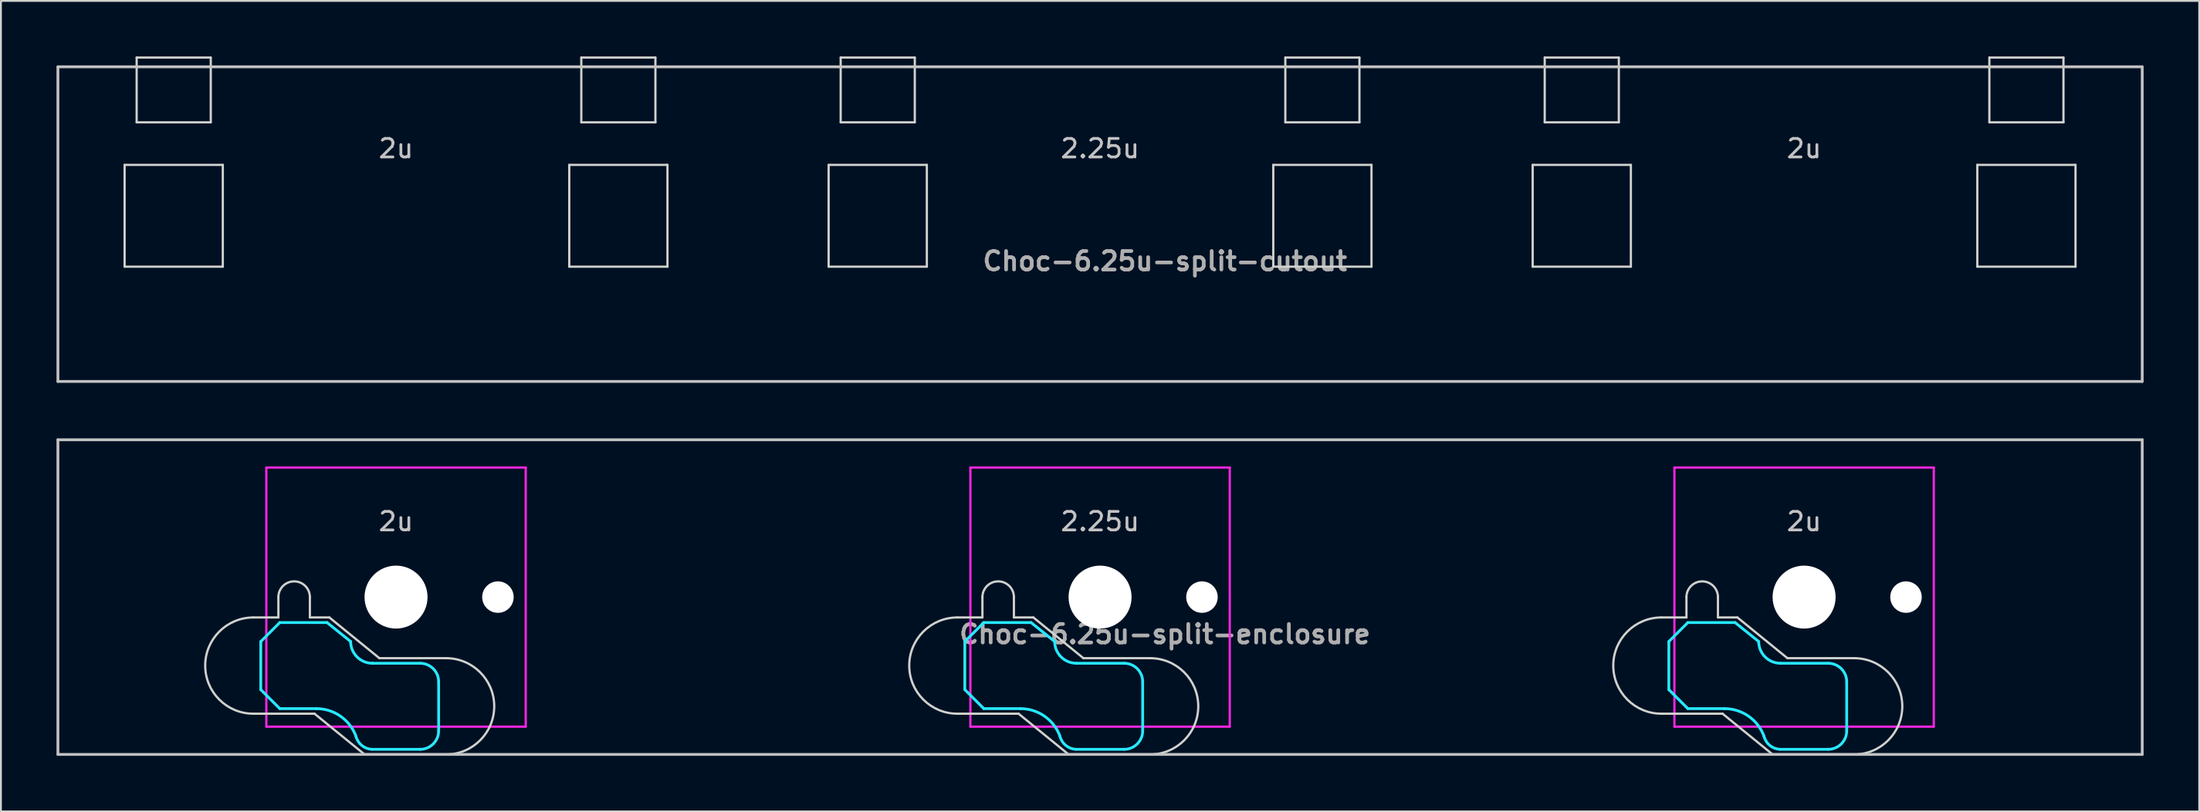
<source format=kicad_pcb>
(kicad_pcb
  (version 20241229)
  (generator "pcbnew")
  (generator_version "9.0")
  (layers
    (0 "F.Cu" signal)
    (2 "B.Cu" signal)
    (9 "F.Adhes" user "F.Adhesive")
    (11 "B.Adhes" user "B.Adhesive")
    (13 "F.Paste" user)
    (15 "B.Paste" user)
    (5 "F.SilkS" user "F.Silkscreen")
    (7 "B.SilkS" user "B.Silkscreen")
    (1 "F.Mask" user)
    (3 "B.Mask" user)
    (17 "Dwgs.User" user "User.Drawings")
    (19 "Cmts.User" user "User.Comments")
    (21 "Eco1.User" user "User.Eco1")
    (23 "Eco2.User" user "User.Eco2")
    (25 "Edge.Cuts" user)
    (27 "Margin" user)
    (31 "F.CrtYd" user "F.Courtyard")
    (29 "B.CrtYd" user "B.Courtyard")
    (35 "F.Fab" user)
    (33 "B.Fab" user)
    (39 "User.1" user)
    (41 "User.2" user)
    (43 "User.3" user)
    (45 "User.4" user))
  (footprint "Choc-6.25u-split-enclosure"
    (layer "F.Cu")
    (at 56.326 29.212)
    (property "Reference" "Choc-6.25u-split-enclosure" (at 3.5 2 180) (layer "F.Fab") (effects (font (size 1 1) (thickness 0.2))))
    (attr smd)
    (fp_line (start -56.25 -8.5) (end 56.25 -8.5) (stroke (width 0.152) (type solid)) (layer "Dwgs.User"))
    (fp_line (start -56.25 8.5) (end -56.25 -8.5) (stroke (width 0.152) (type solid)) (layer "Dwgs.User"))
    (fp_line (start 56.25 -8.5) (end 56.25 8.5) (stroke (width 0.152) (type solid)) (layer "Dwgs.User"))
    (fp_line (start 56.25 8.5) (end -56.25 8.5) (stroke (width 0.152) (type solid)) (layer "Dwgs.User"))
    (fp_line (start -44.35 0) (end -44.35 1.1) (stroke (width 0.12) (type solid)) (layer "Edge.Cuts"))
    (fp_line (start -44.35 1.1) (end -45.7 1.1) (stroke (width 0.12) (type solid)) (layer "Edge.Cuts"))
    (fp_line (start -42.65 0) (end -42.65 1.1) (stroke (width 0.12) (type solid)) (layer "Edge.Cuts"))
    (fp_line (start -42.65 1.1) (end -41.6 1.1) (stroke (width 0.12) (type solid)) (layer "Edge.Cuts"))
    (fp_line (start -42.4 6.3) (end -45.7 6.3) (stroke (width 0.12) (type solid)) (layer "Edge.Cuts"))
    (fp_line (start -39.7 8.5) (end -42.4 6.3) (stroke (width 0.12) (type solid)) (layer "Edge.Cuts"))
    (fp_line (start -39.7 8.5) (end -35.3 8.5) (stroke (width 0.12) (type solid)) (layer "Edge.Cuts"))
    (fp_line (start -38.9 3.3) (end -41.6 1.1) (stroke (width 0.12) (type solid)) (layer "Edge.Cuts"))
    (fp_line (start -38.9 3.3) (end -35.3 3.3) (stroke (width 0.12) (type solid)) (layer "Edge.Cuts"))
    (fp_line (start -6.35 0) (end -6.35 1.1) (stroke (width 0.12) (type solid)) (layer "Edge.Cuts"))
    (fp_line (start -6.35 1.1) (end -7.7 1.1) (stroke (width 0.12) (type solid)) (layer "Edge.Cuts"))
    (fp_line (start -4.65 0) (end -4.65 1.1) (stroke (width 0.12) (type solid)) (layer "Edge.Cuts"))
    (fp_line (start -4.65 1.1) (end -3.6 1.1) (stroke (width 0.12) (type solid)) (layer "Edge.Cuts"))
    (fp_line (start -4.4 6.3) (end -7.7 6.3) (stroke (width 0.12) (type solid)) (layer "Edge.Cuts"))
    (fp_line (start -1.7 8.5) (end -4.4 6.3) (stroke (width 0.12) (type solid)) (layer "Edge.Cuts"))
    (fp_line (start -1.7 8.5) (end 2.7 8.5) (stroke (width 0.12) (type solid)) (layer "Edge.Cuts"))
    (fp_line (start -0.9 3.3) (end -3.6 1.1) (stroke (width 0.12) (type solid)) (layer "Edge.Cuts"))
    (fp_line (start -0.9 3.3) (end 2.7 3.3) (stroke (width 0.12) (type solid)) (layer "Edge.Cuts"))
    (fp_line (start 31.65 0) (end 31.65 1.1) (stroke (width 0.12) (type solid)) (layer "Edge.Cuts"))
    (fp_line (start 31.65 1.1) (end 30.3 1.1) (stroke (width 0.12) (type solid)) (layer "Edge.Cuts"))
    (fp_line (start 33.35 0) (end 33.35 1.1) (stroke (width 0.12) (type solid)) (layer "Edge.Cuts"))
    (fp_line (start 33.35 1.1) (end 34.4 1.1) (stroke (width 0.12) (type solid)) (layer "Edge.Cuts"))
    (fp_line (start 33.6 6.3) (end 30.3 6.3) (stroke (width 0.12) (type solid)) (layer "Edge.Cuts"))
    (fp_line (start 36.3 8.5) (end 33.6 6.3) (stroke (width 0.12) (type solid)) (layer "Edge.Cuts"))
    (fp_line (start 36.3 8.5) (end 40.7 8.5) (stroke (width 0.12) (type solid)) (layer "Edge.Cuts"))
    (fp_line (start 37.1 3.3) (end 34.4 1.1) (stroke (width 0.12) (type solid)) (layer "Edge.Cuts"))
    (fp_line (start 37.1 3.3) (end 40.7 3.3) (stroke (width 0.12) (type solid)) (layer "Edge.Cuts"))
    (fp_arc (start -45.7 6.3) (mid -48.3 3.7) (end -45.7 1.1) (stroke (width 0.12) (type solid)) (layer "Edge.Cuts"))
    (fp_arc (start -44.35 0) (mid -43.5 -0.85) (end -42.65 0) (stroke (width 0.12) (type solid)) (layer "Edge.Cuts"))
    (fp_arc (start -35.3 3.3) (mid -32.7 5.9) (end -35.3 8.5) (stroke (width 0.12) (type solid)) (layer "Edge.Cuts"))
    (fp_arc (start -7.7 6.3) (mid -10.3 3.7) (end -7.7 1.1) (stroke (width 0.12) (type solid)) (layer "Edge.Cuts"))
    (fp_arc (start -6.35 0) (mid -5.5 -0.85) (end -4.65 0) (stroke (width 0.12) (type solid)) (layer "Edge.Cuts"))
    (fp_arc (start 2.7 3.3) (mid 5.3 5.9) (end 2.7 8.5) (stroke (width 0.12) (type solid)) (layer "Edge.Cuts"))
    (fp_arc (start 30.3 6.3) (mid 27.7 3.7) (end 30.3 1.1) (stroke (width 0.12) (type solid)) (layer "Edge.Cuts"))
    (fp_arc (start 31.65 0) (mid 32.5 -0.85) (end 33.35 0) (stroke (width 0.12) (type solid)) (layer "Edge.Cuts"))
    (fp_arc (start 40.7 3.3) (mid 43.3 5.9) (end 40.7 8.5) (stroke (width 0.12) (type solid)) (layer "Edge.Cuts"))
    (fp_line (start -45.3 2.4) (end -45.3 5) (stroke (width 0.15) (type solid)) (layer "B.CrtYd"))
    (fp_line (start -45.3 2.4) (end -44.275 1.375) (stroke (width 0.15) (type solid)) (layer "B.CrtYd"))
    (fp_line (start -45.3 5) (end -44.275 6.025) (stroke (width 0.15) (type solid)) (layer "B.CrtYd"))
    (fp_line (start -42.3 6.025) (end -44.275 6.025) (stroke (width 0.15) (type solid)) (layer "B.CrtYd"))
    (fp_line (start -41.725 1.375) (end -44.275 1.375) (stroke (width 0.15) (type solid)) (layer "B.CrtYd"))
    (fp_line (start -41.725 1.375) (end -40.45 2.4) (stroke (width 0.15) (type solid)) (layer "B.CrtYd"))
    (fp_line (start -36.7 3.575) (end -39.275 3.575) (stroke (width 0.15) (type solid)) (layer "B.CrtYd"))
    (fp_line (start -36.7 8.225) (end -39.3 8.225) (stroke (width 0.15) (type solid)) (layer "B.CrtYd"))
    (fp_line (start -35.7 4.575) (end -35.7 7.225) (stroke (width 0.15) (type solid)) (layer "B.CrtYd"))
    (fp_line (start -7.3 2.4) (end -7.3 5) (stroke (width 0.15) (type solid)) (layer "B.CrtYd"))
    (fp_line (start -7.3 2.4) (end -6.275 1.375) (stroke (width 0.15) (type solid)) (layer "B.CrtYd"))
    (fp_line (start -7.3 5) (end -6.275 6.025) (stroke (width 0.15) (type solid)) (layer "B.CrtYd"))
    (fp_line (start -4.3 6.025) (end -6.275 6.025) (stroke (width 0.15) (type solid)) (layer "B.CrtYd"))
    (fp_line (start -3.725 1.375) (end -6.275 1.375) (stroke (width 0.15) (type solid)) (layer "B.CrtYd"))
    (fp_line (start -3.725 1.375) (end -2.45 2.4) (stroke (width 0.15) (type solid)) (layer "B.CrtYd"))
    (fp_line (start 1.3 3.575) (end -1.275 3.575) (stroke (width 0.15) (type solid)) (layer "B.CrtYd"))
    (fp_line (start 1.3 8.225) (end -1.3 8.225) (stroke (width 0.15) (type solid)) (layer "B.CrtYd"))
    (fp_line (start 2.3 4.575) (end 2.3 7.225) (stroke (width 0.15) (type solid)) (layer "B.CrtYd"))
    (fp_line (start 30.7 2.4) (end 30.7 5) (stroke (width 0.15) (type solid)) (layer "B.CrtYd"))
    (fp_line (start 30.7 2.4) (end 31.725 1.375) (stroke (width 0.15) (type solid)) (layer "B.CrtYd"))
    (fp_line (start 30.7 5) (end 31.725 6.025) (stroke (width 0.15) (type solid)) (layer "B.CrtYd"))
    (fp_line (start 33.7 6.025) (end 31.725 6.025) (stroke (width 0.15) (type solid)) (layer "B.CrtYd"))
    (fp_line (start 34.275 1.375) (end 31.725 1.375) (stroke (width 0.15) (type solid)) (layer "B.CrtYd"))
    (fp_line (start 34.275 1.375) (end 35.55 2.4) (stroke (width 0.15) (type solid)) (layer "B.CrtYd"))
    (fp_line (start 39.3 3.575) (end 36.725 3.575) (stroke (width 0.15) (type solid)) (layer "B.CrtYd"))
    (fp_line (start 39.3 8.225) (end 36.7 8.225) (stroke (width 0.15) (type solid)) (layer "B.CrtYd"))
    (fp_line (start 40.3 4.575) (end 40.3 7.225) (stroke (width 0.15) (type solid)) (layer "B.CrtYd"))
    (fp_arc (start -42.3 6.025) (mid -40.995114 6.436429) (end -40.162199 7.521904) (stroke (width 0.15) (type solid)) (layer "B.CrtYd"))
    (fp_arc (start -39.300995 8.223791) (mid -39.848285 8.016022) (end -40.162199 7.521904) (stroke (width 0.15) (type solid)) (layer "B.CrtYd"))
    (fp_arc (start -39.275 3.575) (mid -40.10585 3.23085) (end -40.45 2.4) (stroke (width 0.15) (type solid)) (layer "B.CrtYd"))
    (fp_arc (start -36.7 3.575) (mid -35.992893 3.867893) (end -35.7 4.575) (stroke (width 0.15) (type solid)) (layer "B.CrtYd"))
    (fp_arc (start -35.7 7.225) (mid -35.992893 7.932107) (end -36.7 8.225) (stroke (width 0.15) (type solid)) (layer "B.CrtYd"))
    (fp_arc (start -4.3 6.025) (mid -2.995114 6.436429) (end -2.162199 7.521904) (stroke (width 0.15) (type solid)) (layer "B.CrtYd"))
    (fp_arc (start -1.300995 8.223791) (mid -1.848285 8.016022) (end -2.162199 7.521904) (stroke (width 0.15) (type solid)) (layer "B.CrtYd"))
    (fp_arc (start -1.275 3.575) (mid -2.10585 3.23085) (end -2.45 2.4) (stroke (width 0.15) (type solid)) (layer "B.CrtYd"))
    (fp_arc (start 1.3 3.575) (mid 2.007107 3.867893) (end 2.3 4.575) (stroke (width 0.15) (type solid)) (layer "B.CrtYd"))
    (fp_arc (start 2.3 7.225) (mid 2.007107 7.932107) (end 1.3 8.225) (stroke (width 0.15) (type solid)) (layer "B.CrtYd"))
    (fp_arc (start 33.7 6.025) (mid 35.004886 6.436429) (end 35.837801 7.521904) (stroke (width 0.15) (type solid)) (layer "B.CrtYd"))
    (fp_arc (start 36.699005 8.223791) (mid 36.151715 8.016022) (end 35.837801 7.521904) (stroke (width 0.15) (type solid)) (layer "B.CrtYd"))
    (fp_arc (start 36.725 3.575) (mid 35.89415 3.23085) (end 35.55 2.4) (stroke (width 0.15) (type solid)) (layer "B.CrtYd"))
    (fp_arc (start 39.3 3.575) (mid 40.007107 3.867893) (end 40.3 4.575) (stroke (width 0.15) (type solid)) (layer "B.CrtYd"))
    (fp_arc (start 40.3 7.225) (mid 40.007107 7.932107) (end 39.3 8.225) (stroke (width 0.15) (type solid)) (layer "B.CrtYd"))
    (fp_line (start -45 -7) (end -45 7) (stroke (width 0.12) (type solid)) (layer "F.CrtYd"))
    (fp_line (start -45 7) (end -31 7) (stroke (width 0.12) (type solid)) (layer "F.CrtYd"))
    (fp_line (start -31 -7) (end -45 -7) (stroke (width 0.12) (type solid)) (layer "F.CrtYd"))
    (fp_line (start -31 7) (end -31 -7) (stroke (width 0.12) (type solid)) (layer "F.CrtYd"))
    (fp_line (start -7 -7) (end -7 7) (stroke (width 0.12) (type solid)) (layer "F.CrtYd"))
    (fp_line (start -7 7) (end 7 7) (stroke (width 0.12) (type solid)) (layer "F.CrtYd"))
    (fp_line (start 7 -7) (end -7 -7) (stroke (width 0.12) (type solid)) (layer "F.CrtYd"))
    (fp_line (start 7 7) (end 7 -7) (stroke (width 0.12) (type solid)) (layer "F.CrtYd"))
    (fp_line (start 31 -7) (end 31 7) (stroke (width 0.12) (type solid)) (layer "F.CrtYd"))
    (fp_line (start 31 7) (end 45 7) (stroke (width 0.12) (type solid)) (layer "F.CrtYd"))
    (fp_line (start 45 -7) (end 31 -7) (stroke (width 0.12) (type solid)) (layer "F.CrtYd"))
    (fp_line (start 45 7) (end 45 -7) (stroke (width 0.12) (type solid)) (layer "F.CrtYd"))
    (fp_text user "2u" (at 38 -3.5 0) (unlocked yes) (layer "Dwgs.User") (effects (font (size 1 1) (thickness 0.15)) (justify bottom)))
    (fp_text user "2u" (at -38 -3.5 0) (unlocked yes) (layer "Dwgs.User") (effects (font (size 1 1) (thickness 0.15)) (justify bottom)))
    (fp_text user "2.25u" (at 0 -3.5 0) (unlocked yes) (layer "Dwgs.User") (effects (font (size 1 1) (thickness 0.15)) (justify bottom)))
    (pad "" np_thru_hole circle (at -38 0 90) (size 3.4 3.4) (drill 3.4) (layers "*.Cu" "*.Mask"))
    (pad "" np_thru_hole circle (at -32.5 0 180) (size 1.7 1.7) (drill 1.7) (layers "*.Cu" "*.Mask"))
    (pad "" np_thru_hole circle (at 0 0 90) (size 3.4 3.4) (drill 3.4) (layers "*.Cu" "*.Mask"))
    (pad "" np_thru_hole circle (at 5.5 0 180) (size 1.7 1.7) (drill 1.7) (layers "*.Cu" "*.Mask"))
    (pad "" np_thru_hole circle (at 38 0 90) (size 3.4 3.4) (drill 3.4) (layers "*.Cu" "*.Mask"))
    (pad "" np_thru_hole circle (at 43.5 0 180) (size 1.7 1.7) (drill 1.7) (layers "*.Cu" "*.Mask")))
  (footprint "Choc-6.25u-split-cutout"
    (layer "F.Cu")
    (at 56.326 9.06)
    (property "Reference" "Choc-6.25u-split-cutout" (at 3.5 2 180) (layer "F.Fab") (effects (font (size 1 1) (thickness 0.2))))
    (attr through_hole)
    (fp_line (start -56.25 -8.5) (end 56.25 -8.5) (stroke (width 0.152) (type solid)) (layer "Dwgs.User"))
    (fp_line (start -56.25 8.5) (end -56.25 -8.5) (stroke (width 0.152) (type solid)) (layer "Dwgs.User"))
    (fp_line (start 56.25 -8.5) (end 56.25 8.5) (stroke (width 0.152) (type solid)) (layer "Dwgs.User"))
    (fp_line (start 56.25 8.5) (end -56.25 8.5) (stroke (width 0.152) (type solid)) (layer "Dwgs.User"))
    (fp_line (start -52.65 -3.2) (end -52.65 2.3) (stroke (width 0.12) (type solid)) (layer "Edge.Cuts"))
    (fp_line (start -52.65 -3.2) (end -47.35 -3.2) (stroke (width 0.12) (type solid)) (layer "Edge.Cuts"))
    (fp_line (start -52.65 2.3) (end -47.35 2.3) (stroke (width 0.12) (type solid)) (layer "Edge.Cuts"))
    (fp_line (start -52 -9) (end -52 -5.5) (stroke (width 0.12) (type solid)) (layer "Edge.Cuts"))
    (fp_line (start -52 -9) (end -48 -9) (stroke (width 0.12) (type solid)) (layer "Edge.Cuts"))
    (fp_line (start -52 -5.5) (end -48 -5.5) (stroke (width 0.12) (type solid)) (layer "Edge.Cuts"))
    (fp_line (start -48 -5.5) (end -48 -9) (stroke (width 0.12) (type solid)) (layer "Edge.Cuts"))
    (fp_line (start -47.35 2.3) (end -47.35 -3.2) (stroke (width 0.12) (type solid)) (layer "Edge.Cuts"))
    (fp_line (start -28.65 -3.2) (end -28.65 2.3) (stroke (width 0.12) (type solid)) (layer "Edge.Cuts"))
    (fp_line (start -28.65 -3.2) (end -23.35 -3.2) (stroke (width 0.12) (type solid)) (layer "Edge.Cuts"))
    (fp_line (start -28.65 2.3) (end -23.35 2.3) (stroke (width 0.12) (type solid)) (layer "Edge.Cuts"))
    (fp_line (start -28 -9) (end -28 -5.5) (stroke (width 0.12) (type solid)) (layer "Edge.Cuts"))
    (fp_line (start -28 -9) (end -24 -9) (stroke (width 0.12) (type solid)) (layer "Edge.Cuts"))
    (fp_line (start -28 -5.5) (end -24 -5.5) (stroke (width 0.12) (type solid)) (layer "Edge.Cuts"))
    (fp_line (start -24 -5.5) (end -24 -9) (stroke (width 0.12) (type solid)) (layer "Edge.Cuts"))
    (fp_line (start -23.35 2.3) (end -23.35 -3.2) (stroke (width 0.12) (type solid)) (layer "Edge.Cuts"))
    (fp_line (start -14.65 -3.2) (end -14.65 2.3) (stroke (width 0.12) (type solid)) (layer "Edge.Cuts"))
    (fp_line (start -14.65 -3.2) (end -9.35 -3.2) (stroke (width 0.12) (type solid)) (layer "Edge.Cuts"))
    (fp_line (start -14.65 2.3) (end -9.35 2.3) (stroke (width 0.12) (type solid)) (layer "Edge.Cuts"))
    (fp_line (start -14 -9) (end -14 -5.5) (stroke (width 0.12) (type solid)) (layer "Edge.Cuts"))
    (fp_line (start -14 -9) (end -10 -9) (stroke (width 0.12) (type solid)) (layer "Edge.Cuts"))
    (fp_line (start -14 -5.5) (end -10 -5.5) (stroke (width 0.12) (type solid)) (layer "Edge.Cuts"))
    (fp_line (start -10 -5.5) (end -10 -9) (stroke (width 0.12) (type solid)) (layer "Edge.Cuts"))
    (fp_line (start -9.35 2.3) (end -9.35 -3.2) (stroke (width 0.12) (type solid)) (layer "Edge.Cuts"))
    (fp_line (start 9.35 -3.2) (end 9.35 2.3) (stroke (width 0.12) (type solid)) (layer "Edge.Cuts"))
    (fp_line (start 9.35 -3.2) (end 14.65 -3.2) (stroke (width 0.12) (type solid)) (layer "Edge.Cuts"))
    (fp_line (start 9.35 2.3) (end 14.65 2.3) (stroke (width 0.12) (type solid)) (layer "Edge.Cuts"))
    (fp_line (start 10 -9) (end 10 -5.5) (stroke (width 0.12) (type solid)) (layer "Edge.Cuts"))
    (fp_line (start 10 -9) (end 14 -9) (stroke (width 0.12) (type solid)) (layer "Edge.Cuts"))
    (fp_line (start 10 -5.5) (end 14 -5.5) (stroke (width 0.12) (type solid)) (layer "Edge.Cuts"))
    (fp_line (start 14 -5.5) (end 14 -9) (stroke (width 0.12) (type solid)) (layer "Edge.Cuts"))
    (fp_line (start 14.65 2.3) (end 14.65 -3.2) (stroke (width 0.12) (type solid)) (layer "Edge.Cuts"))
    (fp_line (start 23.35 -3.2) (end 23.35 2.3) (stroke (width 0.12) (type solid)) (layer "Edge.Cuts"))
    (fp_line (start 23.35 -3.2) (end 28.65 -3.2) (stroke (width 0.12) (type solid)) (layer "Edge.Cuts"))
    (fp_line (start 23.35 2.3) (end 28.65 2.3) (stroke (width 0.12) (type solid)) (layer "Edge.Cuts"))
    (fp_line (start 24 -9) (end 24 -5.5) (stroke (width 0.12) (type solid)) (layer "Edge.Cuts"))
    (fp_line (start 24 -9) (end 28 -9) (stroke (width 0.12) (type solid)) (layer "Edge.Cuts"))
    (fp_line (start 24 -5.5) (end 28 -5.5) (stroke (width 0.12) (type solid)) (layer "Edge.Cuts"))
    (fp_line (start 28 -5.5) (end 28 -9) (stroke (width 0.12) (type solid)) (layer "Edge.Cuts"))
    (fp_line (start 28.65 2.3) (end 28.65 -3.2) (stroke (width 0.12) (type solid)) (layer "Edge.Cuts"))
    (fp_line (start 47.35 -3.2) (end 47.35 2.3) (stroke (width 0.12) (type solid)) (layer "Edge.Cuts"))
    (fp_line (start 47.35 -3.2) (end 52.65 -3.2) (stroke (width 0.12) (type solid)) (layer "Edge.Cuts"))
    (fp_line (start 47.35 2.3) (end 52.65 2.3) (stroke (width 0.12) (type solid)) (layer "Edge.Cuts"))
    (fp_line (start 48 -9) (end 48 -5.5) (stroke (width 0.12) (type solid)) (layer "Edge.Cuts"))
    (fp_line (start 48 -9) (end 52 -9) (stroke (width 0.12) (type solid)) (layer "Edge.Cuts"))
    (fp_line (start 48 -5.5) (end 52 -5.5) (stroke (width 0.12) (type solid)) (layer "Edge.Cuts"))
    (fp_line (start 52 -5.5) (end 52 -9) (stroke (width 0.12) (type solid)) (layer "Edge.Cuts"))
    (fp_line (start 52.65 2.3) (end 52.65 -3.2) (stroke (width 0.12) (type solid)) (layer "Edge.Cuts"))
    (fp_text user "2u" (at 38 -3.5 0) (unlocked yes) (layer "Dwgs.User") (effects (font (size 1 1) (thickness 0.15)) (justify bottom)))
    (fp_text user "2.25u" (at 0 -3.5 0) (unlocked yes) (layer "Dwgs.User") (effects (font (size 1 1) (thickness 0.15)) (justify bottom)))
    (fp_text user "2u" (at -38 -3.5 0) (unlocked yes) (layer "Dwgs.User") (effects (font (size 1 1) (thickness 0.15)) (justify bottom))))
  (gr_rect
    (start -3 -3)
    (end 115.652 40.789)
    (stroke (width 0.1) (type default))
    (fill no)
    (layer "Edge.Cuts")))
</source>
